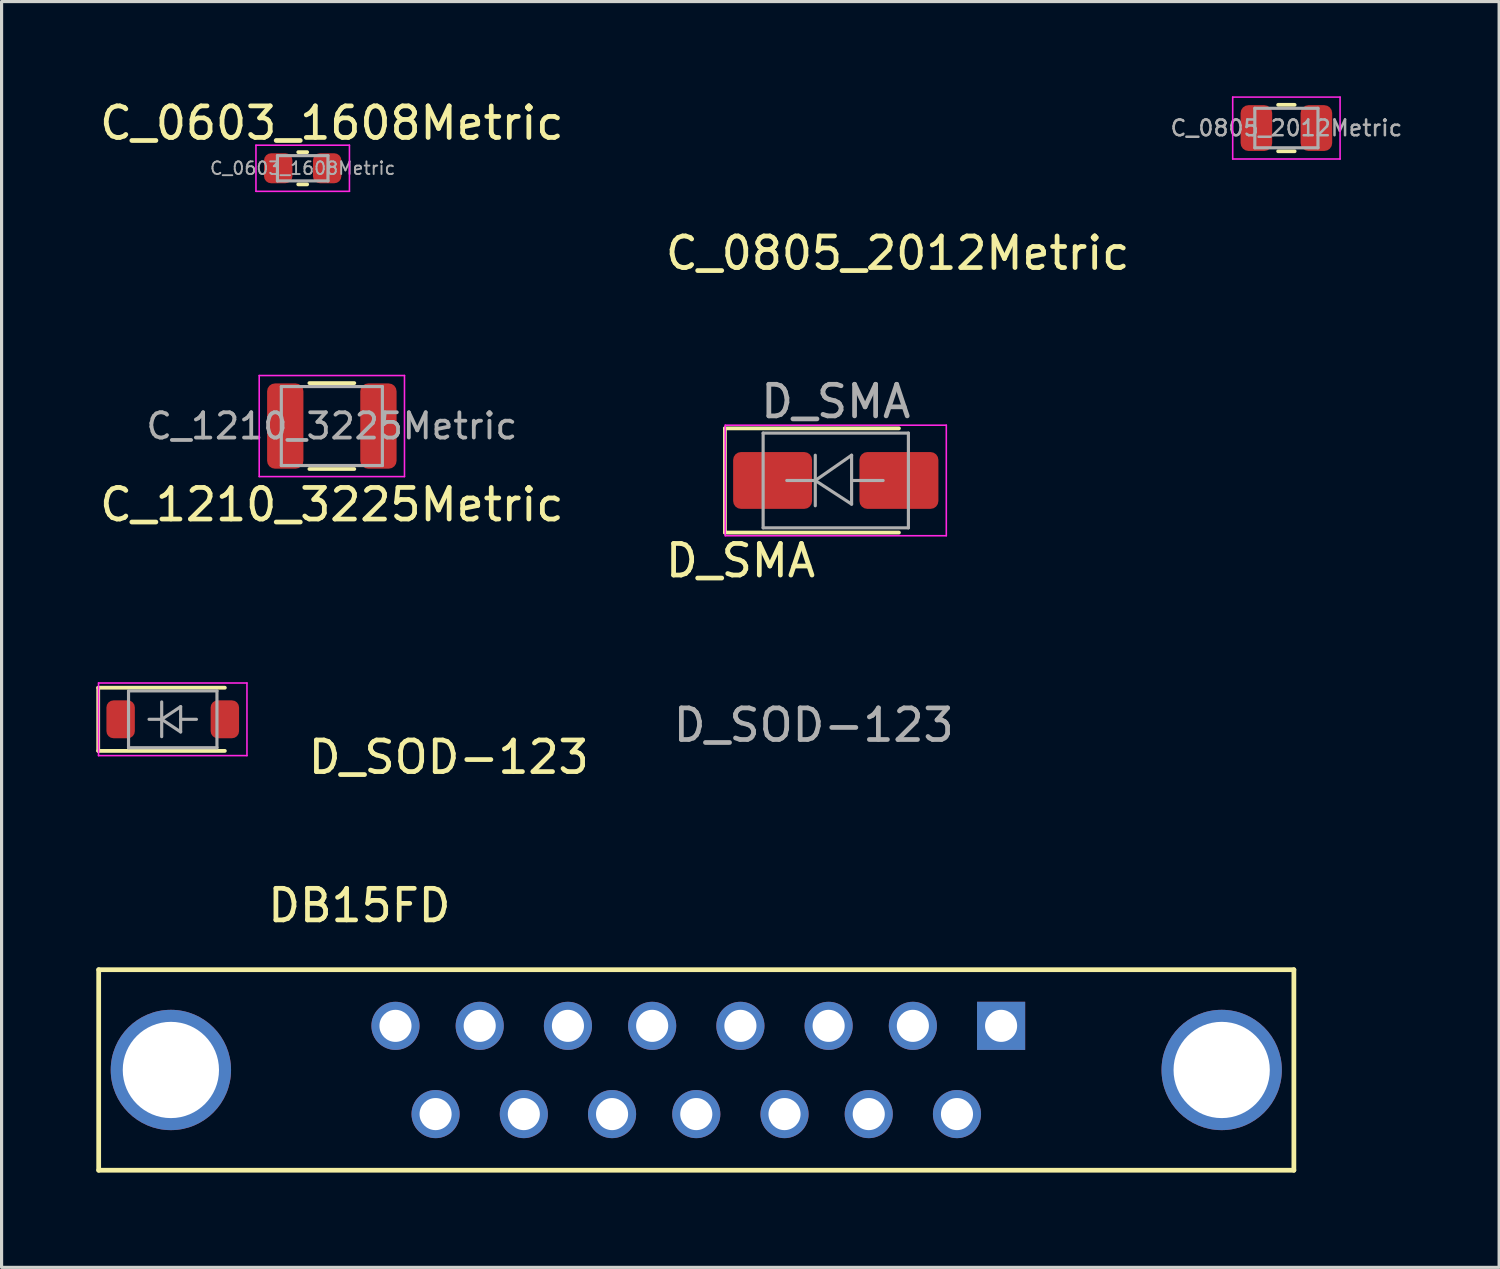
<source format=kicad_pcb>
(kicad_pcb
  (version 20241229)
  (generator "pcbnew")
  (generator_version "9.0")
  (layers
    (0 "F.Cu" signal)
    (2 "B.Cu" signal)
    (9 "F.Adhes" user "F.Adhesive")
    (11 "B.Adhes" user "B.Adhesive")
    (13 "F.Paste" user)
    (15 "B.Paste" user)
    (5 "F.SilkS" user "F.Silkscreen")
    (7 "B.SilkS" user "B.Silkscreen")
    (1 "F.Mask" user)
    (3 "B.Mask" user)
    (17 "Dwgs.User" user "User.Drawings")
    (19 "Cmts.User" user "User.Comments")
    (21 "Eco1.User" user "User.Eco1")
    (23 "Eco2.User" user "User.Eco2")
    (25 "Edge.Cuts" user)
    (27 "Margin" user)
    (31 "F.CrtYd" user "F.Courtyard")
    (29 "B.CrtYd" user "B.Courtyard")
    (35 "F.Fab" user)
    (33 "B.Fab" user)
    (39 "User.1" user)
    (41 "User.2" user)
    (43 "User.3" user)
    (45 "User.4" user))
  (footprint "DB15FD"
    (layer "F.Cu")
    (at 18.49 30.704)
    (property "Reference" "DB15FD" (at -10.16 -5.08 0) (layer "F.SilkS") (effects (font (size 1 1) (thickness 0.15))))
    (attr through_hole)
    (fp_line (start -18.415 -3.048) (end -18.415 3.302) (stroke (width 0.15) (type solid)) (layer "F.SilkS"))
    (fp_line (start -18.415 3.302) (end 19.431 3.302) (stroke (width 0.15) (type solid)) (layer "F.SilkS"))
    (fp_line (start 19.431 -3.048) (end -18.415 -3.048) (stroke (width 0.15) (type solid)) (layer "F.SilkS"))
    (fp_line (start 19.431 3.302) (end 19.431 -3.048) (stroke (width 0.15) (type solid)) (layer "F.SilkS"))
    (pad "0" thru_hole circle (at -16.129 0.127) (size 3.81 3.81) (drill 3.048) (layers "*.Cu" "*.Mask"))
    (pad "0" thru_hole circle (at 17.145 0.127) (size 3.81 3.81) (drill 3.048) (layers "*.Cu" "*.Mask"))
    (pad "1" thru_hole rect (at 10.16 -1.27) (size 1.524 1.524) (drill 1.016) (layers "*.Cu" "*.Mask"))
    (pad "2" thru_hole circle (at 7.366 -1.27) (size 1.524 1.524) (drill 1.016) (layers "*.Cu" "*.Mask"))
    (pad "3" thru_hole circle (at 4.699 -1.27) (size 1.524 1.524) (drill 1.016) (layers "*.Cu" "*.Mask"))
    (pad "4" thru_hole circle (at 1.905 -1.27) (size 1.524 1.524) (drill 1.016) (layers "*.Cu" "*.Mask"))
    (pad "5" thru_hole circle (at -0.889 -1.27) (size 1.524 1.524) (drill 1.016) (layers "*.Cu" "*.Mask"))
    (pad "6" thru_hole circle (at -3.556 -1.27) (size 1.524 1.524) (drill 1.016) (layers "*.Cu" "*.Mask"))
    (pad "7" thru_hole circle (at -6.35 -1.27) (size 1.524 1.524) (drill 1.016) (layers "*.Cu" "*.Mask"))
    (pad "8" thru_hole circle (at -9.017 -1.27) (size 1.524 1.524) (drill 1.016) (layers "*.Cu" "*.Mask"))
    (pad "9" thru_hole circle (at 8.763 1.524) (size 1.524 1.524) (drill 1.016) (layers "*.Cu" "*.Mask"))
    (pad "10" thru_hole circle (at 5.969 1.524) (size 1.524 1.524) (drill 1.016) (layers "*.Cu" "*.Mask"))
    (pad "11" thru_hole circle (at 3.302 1.524) (size 1.524 1.524) (drill 1.016) (layers "*.Cu" "*.Mask"))
    (pad "12" thru_hole circle (at 0.508 1.524) (size 1.524 1.524) (drill 1.016) (layers "*.Cu" "*.Mask"))
    (pad "13" thru_hole circle (at -2.159 1.524) (size 1.524 1.524) (drill 1.016) (layers "*.Cu" "*.Mask"))
    (pad "14" thru_hole circle (at -4.953 1.524) (size 1.524 1.524) (drill 1.016) (layers "*.Cu" "*.Mask"))
    (pad "15" thru_hole circle (at -7.747 1.524) (size 1.524 1.524) (drill 1.016) (layers "*.Cu" "*.Mask")))
  (footprint "C_0603_1608Metric"
    (layer "F.Cu")
    (at 6.535 2.278)
    (property "Reference" "C_0603_1608Metric" (at 0.923 -1.43 0) (layer "F.SilkS") (effects (font (size 1 1) (thickness 0.15))))
    (attr smd)
    (fp_line (start -0.141 -0.51) (end 0.141 -0.51) (stroke (width 0.12) (type solid)) (layer "F.SilkS"))
    (fp_line (start -0.141 0.51) (end 0.141 0.51) (stroke (width 0.12) (type solid)) (layer "F.SilkS"))
    (fp_line (start -1.48 -0.73) (end 1.48 -0.73) (stroke (width 0.05) (type solid)) (layer "F.CrtYd"))
    (fp_line (start -1.48 0.73) (end -1.48 -0.73) (stroke (width 0.05) (type solid)) (layer "F.CrtYd"))
    (fp_line (start 1.48 -0.73) (end 1.48 0.73) (stroke (width 0.05) (type solid)) (layer "F.CrtYd"))
    (fp_line (start 1.48 0.73) (end -1.48 0.73) (stroke (width 0.05) (type solid)) (layer "F.CrtYd"))
    (fp_line (start -0.8 -0.4) (end 0.8 -0.4) (stroke (width 0.1) (type solid)) (layer "F.Fab"))
    (fp_line (start -0.8 0.4) (end -0.8 -0.4) (stroke (width 0.1) (type solid)) (layer "F.Fab"))
    (fp_line (start 0.8 -0.4) (end 0.8 0.4) (stroke (width 0.1) (type solid)) (layer "F.Fab"))
    (fp_line (start 0.8 0.4) (end -0.8 0.4) (stroke (width 0.1) (type solid)) (layer "F.Fab"))
    (fp_text user "${REFERENCE}" (at 0 0 0) (layer "F.Fab") (effects (font (size 0.4 0.4) (thickness 0.06))))
    (pad "1" smd roundrect (at -0.775 0) (size 0.9 0.95) (layers "F.Cu" "F.Mask" "F.Paste") (roundrect_rratio 0.25))
    (pad "2" smd roundrect (at 0.775 0) (size 0.9 0.95) (layers "F.Cu" "F.Mask" "F.Paste") (roundrect_rratio 0.25)))
  (footprint "D_SOD-123"
    (layer "F.Cu")
    (at 2.42 19.727)
    (property "Reference" "D_SOD-123" (at 8.74 1.2 0) (layer "F.SilkS") (effects (font (size 1 1) (thickness 0.15))))
    (attr smd)
    (fp_line (start -2.36 -1) (end -2.36 1) (stroke (width 0.12) (type solid)) (layer "F.SilkS"))
    (fp_line (start -2.36 -1) (end 1.65 -1) (stroke (width 0.12) (type solid)) (layer "F.SilkS"))
    (fp_line (start -2.36 1) (end 1.65 1) (stroke (width 0.12) (type solid)) (layer "F.SilkS"))
    (fp_line (start -2.35 -1.15) (end -2.35 1.15) (stroke (width 0.05) (type solid)) (layer "F.CrtYd"))
    (fp_line (start -2.35 -1.15) (end 2.35 -1.15) (stroke (width 0.05) (type solid)) (layer "F.CrtYd"))
    (fp_line (start 2.35 -1.15) (end 2.35 1.15) (stroke (width 0.05) (type solid)) (layer "F.CrtYd"))
    (fp_line (start 2.35 1.15) (end -2.35 1.15) (stroke (width 0.05) (type solid)) (layer "F.CrtYd"))
    (fp_line (start -1.4 -0.9) (end 1.4 -0.9) (stroke (width 0.1) (type solid)) (layer "F.Fab"))
    (fp_line (start -1.4 0.9) (end -1.4 -0.9) (stroke (width 0.1) (type solid)) (layer "F.Fab"))
    (fp_line (start -0.75 0) (end -0.35 0) (stroke (width 0.1) (type solid)) (layer "F.Fab"))
    (fp_line (start -0.35 0) (end -0.35 -0.55) (stroke (width 0.1) (type solid)) (layer "F.Fab"))
    (fp_line (start -0.35 0) (end -0.35 0.55) (stroke (width 0.1) (type solid)) (layer "F.Fab"))
    (fp_line (start -0.35 0) (end 0.25 -0.4) (stroke (width 0.1) (type solid)) (layer "F.Fab"))
    (fp_line (start 0.25 -0.4) (end 0.25 0.4) (stroke (width 0.1) (type solid)) (layer "F.Fab"))
    (fp_line (start 0.25 0) (end 0.75 0) (stroke (width 0.1) (type solid)) (layer "F.Fab"))
    (fp_line (start 0.25 0.4) (end -0.35 0) (stroke (width 0.1) (type solid)) (layer "F.Fab"))
    (fp_line (start 1.4 -0.9) (end 1.4 0.9) (stroke (width 0.1) (type solid)) (layer "F.Fab"))
    (fp_line (start 1.4 0.9) (end -1.4 0.9) (stroke (width 0.1) (type solid)) (layer "F.Fab"))
    (fp_text user "${REFERENCE}" (at 20.297 0.184 0) (layer "F.Fab") (effects (font (size 1 1) (thickness 0.15))))
    (pad "1" smd roundrect (at -1.65 0) (size 0.9 1.2) (layers "F.Cu" "F.Mask" "F.Paste") (roundrect_rratio 0.25))
    (pad "2" smd roundrect (at 1.65 0) (size 0.9 1.2) (layers "F.Cu" "F.Mask" "F.Paste") (roundrect_rratio 0.25)))
  (footprint "C_1210_3225Metric"
    (layer "F.Cu")
    (at 7.458 10.441)
    (property "Reference" "C_1210_3225Metric" (at 0 2.489 0) (layer "F.SilkS") (effects (font (size 1 1) (thickness 0.15))))
    (attr smd)
    (fp_line (start -0.711 -1.36) (end 0.711 -1.36) (stroke (width 0.12) (type solid)) (layer "F.SilkS"))
    (fp_line (start -0.711 1.36) (end 0.711 1.36) (stroke (width 0.12) (type solid)) (layer "F.SilkS"))
    (fp_line (start -2.3 -1.6) (end 2.3 -1.6) (stroke (width 0.05) (type solid)) (layer "F.CrtYd"))
    (fp_line (start -2.3 1.6) (end -2.3 -1.6) (stroke (width 0.05) (type solid)) (layer "F.CrtYd"))
    (fp_line (start 2.3 -1.6) (end 2.3 1.6) (stroke (width 0.05) (type solid)) (layer "F.CrtYd"))
    (fp_line (start 2.3 1.6) (end -2.3 1.6) (stroke (width 0.05) (type solid)) (layer "F.CrtYd"))
    (fp_line (start -1.6 -1.25) (end 1.6 -1.25) (stroke (width 0.1) (type solid)) (layer "F.Fab"))
    (fp_line (start -1.6 1.25) (end -1.6 -1.25) (stroke (width 0.1) (type solid)) (layer "F.Fab"))
    (fp_line (start 1.6 -1.25) (end 1.6 1.25) (stroke (width 0.1) (type solid)) (layer "F.Fab"))
    (fp_line (start 1.6 1.25) (end -1.6 1.25) (stroke (width 0.1) (type solid)) (layer "F.Fab"))
    (fp_text user "${REFERENCE}" (at 0 0 0) (layer "F.Fab") (effects (font (size 0.8 0.8) (thickness 0.12))))
    (pad "1" smd roundrect (at -1.475 0) (size 1.15 2.7) (layers "F.Cu" "F.Mask" "F.Paste") (roundrect_rratio 0.217))
    (pad "2" smd roundrect (at 1.475 0) (size 1.15 2.7) (layers "F.Cu" "F.Mask" "F.Paste") (roundrect_rratio 0.217)))
  (footprint "C_0805_2012Metric"
    (layer "F.Cu")
    (at 37.684 1.005)
    (property "Reference" "C_0805_2012Metric" (at -12.309 3.962 180) (layer "F.SilkS") (effects (font (size 1 1) (thickness 0.15))))
    (attr smd)
    (fp_line (start -0.261 -0.735) (end 0.261 -0.735) (stroke (width 0.12) (type solid)) (layer "F.SilkS"))
    (fp_line (start -0.261 0.735) (end 0.261 0.735) (stroke (width 0.12) (type solid)) (layer "F.SilkS"))
    (fp_line (start -1.7 -0.98) (end 1.7 -0.98) (stroke (width 0.05) (type solid)) (layer "F.CrtYd"))
    (fp_line (start -1.7 0.98) (end -1.7 -0.98) (stroke (width 0.05) (type solid)) (layer "F.CrtYd"))
    (fp_line (start 1.7 -0.98) (end 1.7 0.98) (stroke (width 0.05) (type solid)) (layer "F.CrtYd"))
    (fp_line (start 1.7 0.98) (end -1.7 0.98) (stroke (width 0.05) (type solid)) (layer "F.CrtYd"))
    (fp_line (start -1 -0.625) (end 1 -0.625) (stroke (width 0.1) (type solid)) (layer "F.Fab"))
    (fp_line (start -1 0.625) (end -1 -0.625) (stroke (width 0.1) (type solid)) (layer "F.Fab"))
    (fp_line (start 1 -0.625) (end 1 0.625) (stroke (width 0.1) (type solid)) (layer "F.Fab"))
    (fp_line (start 1 0.625) (end -1 0.625) (stroke (width 0.1) (type solid)) (layer "F.Fab"))
    (fp_text user "${REFERENCE}" (at 0 0 180) (layer "F.Fab") (effects (font (size 0.5 0.5) (thickness 0.08))))
    (pad "1" smd roundrect (at -0.95 0) (size 1 1.45) (layers "F.Cu" "F.Mask" "F.Paste") (roundrect_rratio 0.25))
    (pad "2" smd roundrect (at 0.95 0) (size 1 1.45) (layers "F.Cu" "F.Mask" "F.Paste") (roundrect_rratio 0.25)))
  (footprint "D_SMA"
    (layer "F.Cu")
    (at 23.415 12.164)
    (property "Reference" "D_SMA" (at -3.016 2.54 0) (layer "F.SilkS") (effects (font (size 1 1) (thickness 0.15))))
    (attr smd)
    (fp_line (start -3.51 -1.65) (end -3.51 1.65) (stroke (width 0.12) (type solid)) (layer "F.SilkS"))
    (fp_line (start -3.51 -1.65) (end 2 -1.65) (stroke (width 0.12) (type solid)) (layer "F.SilkS"))
    (fp_line (start -3.51 1.65) (end 2 1.65) (stroke (width 0.12) (type solid)) (layer "F.SilkS"))
    (fp_line (start -3.5 -1.75) (end 3.5 -1.75) (stroke (width 0.05) (type solid)) (layer "F.CrtYd"))
    (fp_line (start -3.5 1.75) (end -3.5 -1.75) (stroke (width 0.05) (type solid)) (layer "F.CrtYd"))
    (fp_line (start 3.5 -1.75) (end 3.5 1.75) (stroke (width 0.05) (type solid)) (layer "F.CrtYd"))
    (fp_line (start 3.5 1.75) (end -3.5 1.75) (stroke (width 0.05) (type solid)) (layer "F.CrtYd"))
    (fp_line (start -2.3 1.5) (end -2.3 -1.5) (stroke (width 0.1) (type solid)) (layer "F.Fab"))
    (fp_line (start -0.649 -0.799) (end -0.649 0.801) (stroke (width 0.1) (type solid)) (layer "F.Fab"))
    (fp_line (start -0.649 0.001) (end -1.551 0.001) (stroke (width 0.1) (type solid)) (layer "F.Fab"))
    (fp_line (start -0.649 0.001) (end 0.501 -0.799) (stroke (width 0.1) (type solid)) (layer "F.Fab"))
    (fp_line (start -0.649 0.001) (end 0.501 0.75) (stroke (width 0.1) (type solid)) (layer "F.Fab"))
    (fp_line (start 0.501 0.001) (end 1.499 0.001) (stroke (width 0.1) (type solid)) (layer "F.Fab"))
    (fp_line (start 0.501 0.75) (end 0.501 -0.799) (stroke (width 0.1) (type solid)) (layer "F.Fab"))
    (fp_line (start 2.3 -1.5) (end -2.3 -1.5) (stroke (width 0.1) (type solid)) (layer "F.Fab"))
    (fp_line (start 2.3 -1.5) (end 2.3 1.5) (stroke (width 0.1) (type solid)) (layer "F.Fab"))
    (fp_line (start 2.3 1.5) (end -2.3 1.5) (stroke (width 0.1) (type solid)) (layer "F.Fab"))
    (fp_text user "${REFERENCE}" (at 0 -2.5 0) (layer "F.Fab") (effects (font (size 1 1) (thickness 0.15))))
    (pad "1" smd roundrect (at -2 0) (size 2.5 1.8) (layers "F.Cu" "F.Mask" "F.Paste") (roundrect_rratio 0.139))
    (pad "2" smd roundrect (at 2 0) (size 2.5 1.8) (layers "F.Cu" "F.Mask" "F.Paste") (roundrect_rratio 0.139)))
  (gr_rect
    (start -3 -3)
    (end 44.42 37.081)
    (stroke (width 0.1) (type default))
    (fill no)
    (layer "Edge.Cuts")))
</source>
